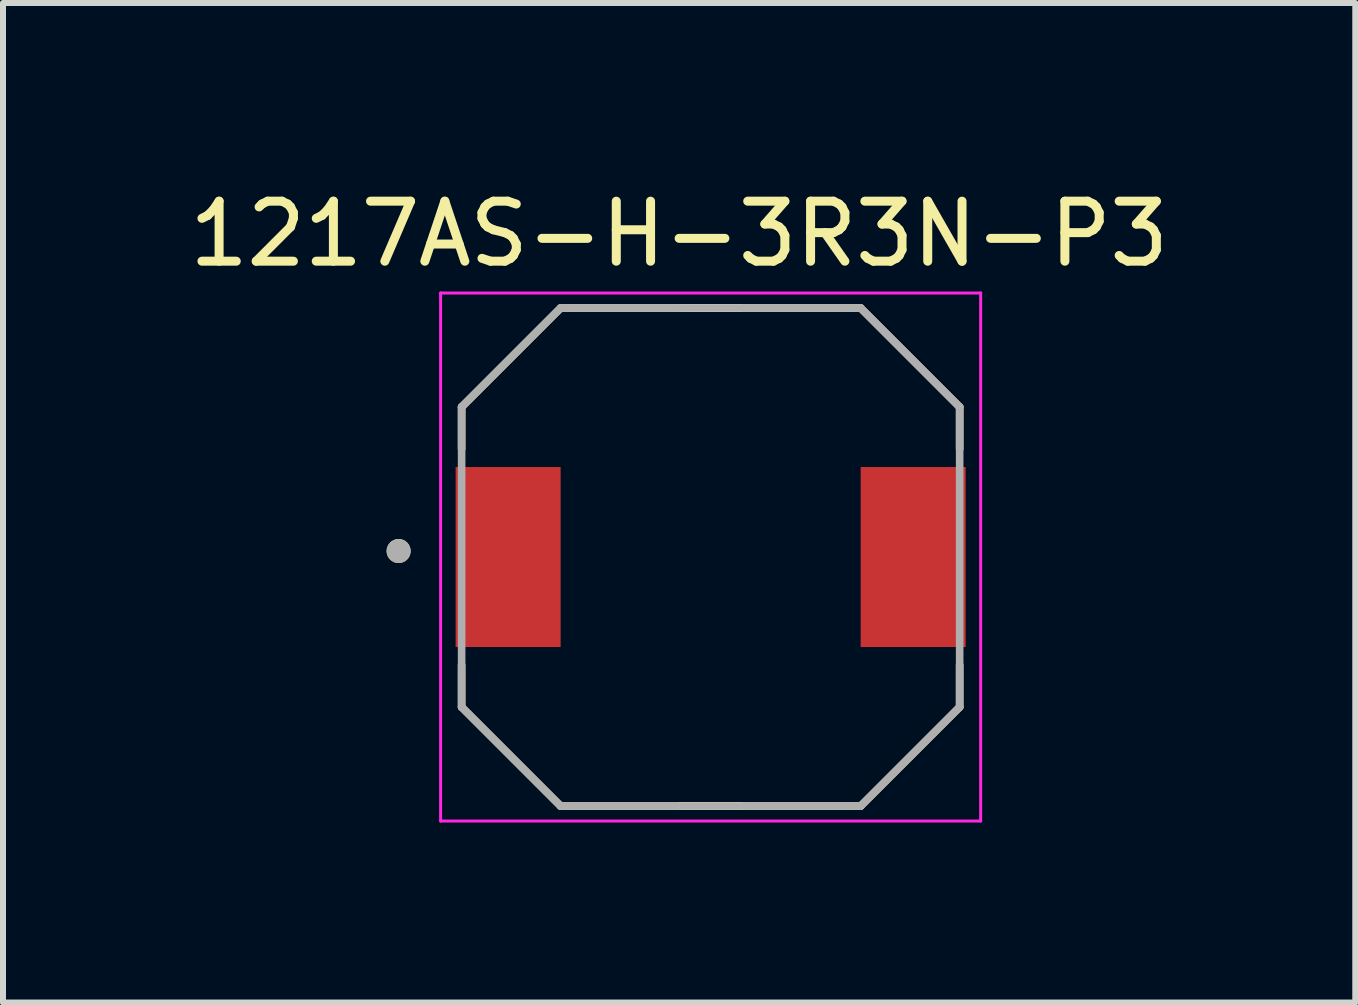
<source format=kicad_pcb>
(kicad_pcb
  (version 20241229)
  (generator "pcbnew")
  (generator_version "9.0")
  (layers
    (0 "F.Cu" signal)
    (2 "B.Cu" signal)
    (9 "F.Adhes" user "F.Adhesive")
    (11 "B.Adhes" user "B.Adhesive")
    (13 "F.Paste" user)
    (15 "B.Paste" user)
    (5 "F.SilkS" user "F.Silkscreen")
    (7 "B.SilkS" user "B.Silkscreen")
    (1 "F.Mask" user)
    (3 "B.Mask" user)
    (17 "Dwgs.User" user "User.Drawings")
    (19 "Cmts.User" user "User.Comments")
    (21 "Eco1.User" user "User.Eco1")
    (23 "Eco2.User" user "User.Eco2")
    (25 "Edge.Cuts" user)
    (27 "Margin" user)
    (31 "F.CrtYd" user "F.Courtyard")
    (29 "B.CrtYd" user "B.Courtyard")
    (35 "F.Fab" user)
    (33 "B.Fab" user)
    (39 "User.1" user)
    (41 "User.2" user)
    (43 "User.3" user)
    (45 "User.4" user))
  (footprint "1217AS-H-3R3N-P3"
    (layer "F.Cu")
    (at 8.793 6.233)
    (property "Reference" "1217AS-H-3R3N-P3" (at -0.525 -5.385 0) (layer "F.SilkS") (effects (font (size 1 1) (thickness 0.15))))
    (attr smd)
    (fp_line (start -4.15 -2.5) (end -2.5 -4.15) (stroke (width 0.127) (type solid)) (layer "F.SilkS"))
    (fp_line (start -4.15 -1.8) (end -4.15 -2.5) (stroke (width 0.127) (type solid)) (layer "F.SilkS"))
    (fp_line (start -4.15 2.5) (end -4.15 1.8) (stroke (width 0.127) (type solid)) (layer "F.SilkS"))
    (fp_line (start -2.5 -4.15) (end 2.5 -4.15) (stroke (width 0.127) (type solid)) (layer "F.SilkS"))
    (fp_line (start -2.5 4.15) (end -4.15 2.5) (stroke (width 0.127) (type solid)) (layer "F.SilkS"))
    (fp_line (start -0.5 -4.15) (end 0.5 -4.15) (stroke (width 0.127) (type solid)) (layer "F.SilkS"))
    (fp_line (start 0.5 4.15) (end -0.5 4.15) (stroke (width 0.127) (type solid)) (layer "F.SilkS"))
    (fp_line (start 0.5 4.15) (end -0.5 4.15) (stroke (width 0.127) (type solid)) (layer "F.SilkS"))
    (fp_line (start 2.5 -4.15) (end 4.15 -2.5) (stroke (width 0.127) (type solid)) (layer "F.SilkS"))
    (fp_line (start 2.5 4.15) (end -2.5 4.15) (stroke (width 0.127) (type solid)) (layer "F.SilkS"))
    (fp_line (start 4.15 -2.5) (end 4.15 -1.8) (stroke (width 0.127) (type solid)) (layer "F.SilkS"))
    (fp_line (start 4.15 1.8) (end 4.15 2.5) (stroke (width 0.127) (type solid)) (layer "F.SilkS"))
    (fp_line (start 4.15 2.5) (end 2.5 4.15) (stroke (width 0.127) (type solid)) (layer "F.SilkS"))
    (fp_circle (center -5.2 -0.1) (end -5.1 -0.1) (stroke (width 0.2) (type solid)) (fill no) (layer "F.SilkS"))
    (fp_line (start -4.5 -4.4) (end 4.5 -4.4) (stroke (width 0.05) (type solid)) (layer "F.CrtYd"))
    (fp_line (start -4.5 4.4) (end -4.5 -4.4) (stroke (width 0.05) (type solid)) (layer "F.CrtYd"))
    (fp_line (start 4.5 -4.4) (end 4.5 4.4) (stroke (width 0.05) (type solid)) (layer "F.CrtYd"))
    (fp_line (start 4.5 4.4) (end -4.5 4.4) (stroke (width 0.05) (type solid)) (layer "F.CrtYd"))
    (fp_line (start -4.15 -2.5) (end -2.5 -4.15) (stroke (width 0.127) (type solid)) (layer "F.Fab"))
    (fp_line (start -4.15 2.5) (end -4.15 -2.5) (stroke (width 0.127) (type solid)) (layer "F.Fab"))
    (fp_line (start -2.5 -4.15) (end 2.5 -4.15) (stroke (width 0.127) (type solid)) (layer "F.Fab"))
    (fp_line (start -2.5 4.15) (end -4.15 2.5) (stroke (width 0.127) (type solid)) (layer "F.Fab"))
    (fp_line (start 2.5 -4.15) (end 4.15 -2.5) (stroke (width 0.127) (type solid)) (layer "F.Fab"))
    (fp_line (start 2.5 4.15) (end -2.5 4.15) (stroke (width 0.127) (type solid)) (layer "F.Fab"))
    (fp_line (start 4.15 -2.5) (end 4.15 2.5) (stroke (width 0.127) (type solid)) (layer "F.Fab"))
    (fp_line (start 4.15 2.5) (end 2.5 4.15) (stroke (width 0.127) (type solid)) (layer "F.Fab"))
    (fp_circle (center -5.2 -0.1) (end -5.1 -0.1) (stroke (width 0.2) (type solid)) (fill no) (layer "F.Fab"))
    (pad "1" smd rect (at -3.375 0) (size 1.75 3) (layers "F.Cu" "F.Mask" "F.Paste"))
    (pad "2" smd rect (at 3.375 0) (size 1.75 3) (layers "F.Cu" "F.Mask" "F.Paste"))
    (zone (net_name "") (layer "F.Cu") (hatch full 0.508) (connect_pads) (min_thickness 0.01) (filled_areas_thickness no) (keepout (tracks not_allowed) (vias not_allowed) (pads not_allowed) (copperpour not_allowed) (footprints allowed)) (placement (enabled no)) (fill) (polygon (pts (xy 4.643 4.683) (xy 4.643 2.083) (xy 12.943 2.083) (xy 12.943 4.683) (xy 11.243 4.683) (xy 11.243 7.783) (xy 12.943 7.783) (xy 12.943 10.383) (xy 4.643 10.383) (xy 4.643 7.783) (xy 6.343 7.783) (xy 6.343 4.683))))
    (zone (net_name "") (layers "F.Cu" "B.Cu") (hatch full 0.508) (connect_pads) (min_thickness 0.01) (filled_areas_thickness no) (keepout (tracks allowed) (vias not_allowed) (pads allowed) (copperpour allowed) (footprints allowed)) (placement (enabled no)) (fill) (polygon (pts (xy 4.643 4.683) (xy 4.643 2.083) (xy 12.943 2.083) (xy 12.943 4.683) (xy 11.243 4.683) (xy 11.243 7.783) (xy 12.943 7.783) (xy 12.943 10.383) (xy 4.643 10.383) (xy 4.643 7.783) (xy 6.343 7.783) (xy 6.343 4.683)))))
  (gr_rect
    (start -3 -3)
    (end 19.536 13.658)
    (stroke (width 0.1) (type default))
    (fill no)
    (layer "Edge.Cuts")))
</source>
